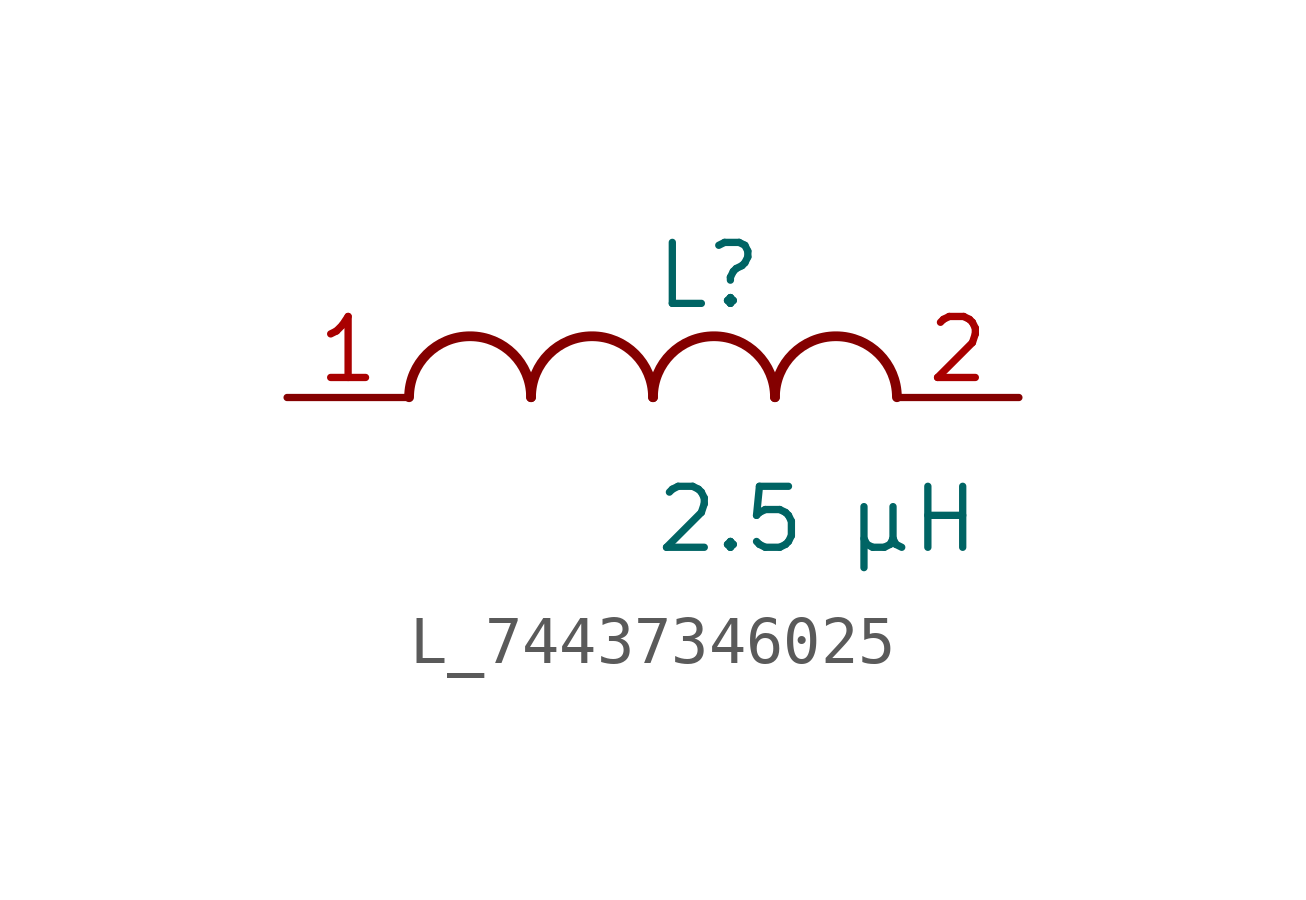
<source format=kicad_sym>
(kicad_symbol_lib
  (version 20231120)
  (generator kicad_symbol_editor)
  (generator_version 8.0)
  (symbol "L_74437346025"
    (pin_names
      (offset 0.254))
    (property "Reference" "L"
      (at 0 2.54 0)
      (effects (font (size 1.27 1.27)) (justify left)))
    (property "Value" "2.5 µH"
      (at 0 -2.54 0)
      (effects (font (size 1.27 1.27)) (justify left)))
    (symbol "L_74437346025_1_1"
      (arc (start -2.54 0.0056) (mid -3.81 1.27) (end -5.08 0.0056) (stroke (width 0.2032) (type default)) (fill (type none)))
      (arc (start 0 0.0056) (mid -1.27 1.27) (end -2.54 0.0056) (stroke (width 0.2032) (type default)) (fill (type none)))
      (arc (start 2.54 0.0056) (mid 1.27 1.27) (end 0 0.0056) (stroke (width 0.2032) (type default)) (fill (type none)))
      (arc (start 5.08 0.0056) (mid 3.81 1.27) (end 2.54 0.0056) (stroke (width 0.2032) (type default)) (fill (type none)))
      (pin unspecified line (at -7.62 0 0) (length 2.54) (name "" (effects (font (size 1.27 1.27)))) (number "1" (effects (font (size 1.27 1.27)))))
      (pin unspecified line (at 7.62 0 180) (length 2.54) (name "" (effects (font (size 1.27 1.27)))) (number "2" (effects (font (size 1.27 1.27))))))))
</source>
